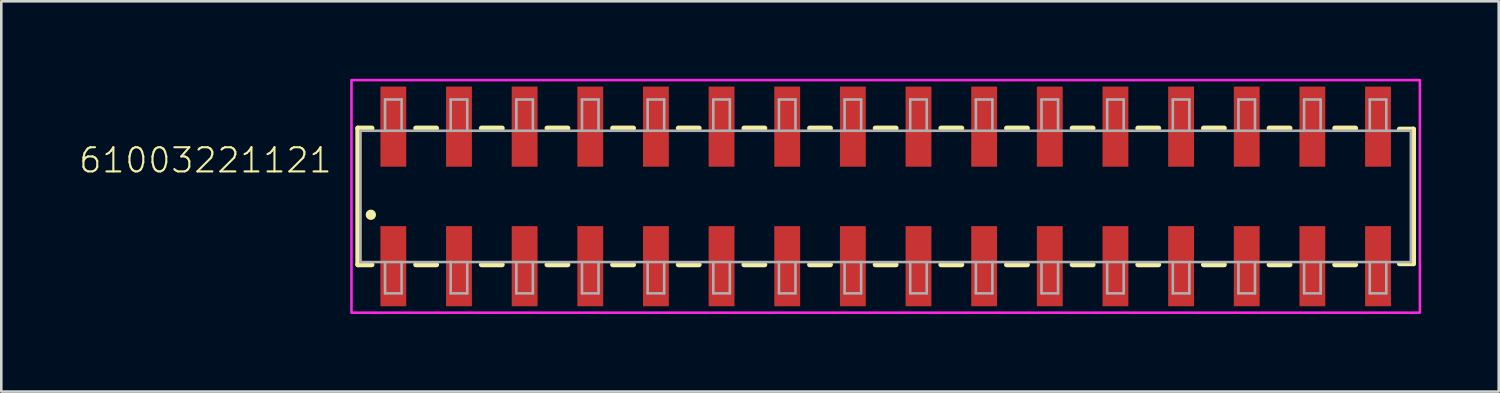
<source format=kicad_pcb>
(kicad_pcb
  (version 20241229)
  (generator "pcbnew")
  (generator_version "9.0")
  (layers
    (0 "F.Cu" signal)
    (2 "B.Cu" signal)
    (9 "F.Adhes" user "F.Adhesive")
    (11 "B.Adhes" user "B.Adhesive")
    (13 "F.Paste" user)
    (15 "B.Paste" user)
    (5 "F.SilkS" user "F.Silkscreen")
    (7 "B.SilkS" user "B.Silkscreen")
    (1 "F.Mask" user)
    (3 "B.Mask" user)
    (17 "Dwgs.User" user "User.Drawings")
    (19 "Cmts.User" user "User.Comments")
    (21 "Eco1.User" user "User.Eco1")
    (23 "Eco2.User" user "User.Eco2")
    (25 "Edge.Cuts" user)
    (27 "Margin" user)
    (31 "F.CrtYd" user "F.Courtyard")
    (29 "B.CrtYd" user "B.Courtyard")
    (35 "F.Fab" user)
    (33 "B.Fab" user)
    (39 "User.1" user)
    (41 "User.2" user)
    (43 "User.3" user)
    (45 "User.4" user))
  (footprint "61003221121"
    (layer "F.Cu")
    (at 31.219 4.55)
    (property "Reference" "61003221121" (at -21.37 -0.85 0) (unlocked yes) (layer "F.SilkS") (effects (font (size 0.935 0.935) (thickness 0.081)) (justify right bottom)))
    (fp_line (start -20.42 -2.64) (end -20.42 2.64) (stroke (width 0.2) (type solid)) (layer "F.SilkS"))
    (fp_line (start -20.42 2.64) (end -19.88 2.64) (stroke (width 0.2) (type solid)) (layer "F.SilkS"))
    (fp_line (start -19.88 -2.64) (end -20.42 -2.64) (stroke (width 0.2) (type solid)) (layer "F.SilkS"))
    (fp_line (start -18.18 2.64) (end -17.38 2.64) (stroke (width 0.2) (type solid)) (layer "F.SilkS"))
    (fp_line (start -17.38 -2.64) (end -18.18 -2.64) (stroke (width 0.2) (type solid)) (layer "F.SilkS"))
    (fp_line (start -15.64 2.64) (end -14.84 2.64) (stroke (width 0.2) (type solid)) (layer "F.SilkS"))
    (fp_line (start -14.84 -2.64) (end -15.64 -2.64) (stroke (width 0.2) (type solid)) (layer "F.SilkS"))
    (fp_line (start -13.1 2.64) (end -12.3 2.64) (stroke (width 0.2) (type solid)) (layer "F.SilkS"))
    (fp_line (start -12.3 -2.64) (end -13.1 -2.64) (stroke (width 0.2) (type solid)) (layer "F.SilkS"))
    (fp_line (start -10.56 2.64) (end -9.76 2.64) (stroke (width 0.2) (type solid)) (layer "F.SilkS"))
    (fp_line (start -9.76 -2.64) (end -10.56 -2.64) (stroke (width 0.2) (type solid)) (layer "F.SilkS"))
    (fp_line (start -8.02 2.64) (end -7.22 2.64) (stroke (width 0.2) (type solid)) (layer "F.SilkS"))
    (fp_line (start -7.22 -2.64) (end -8.02 -2.64) (stroke (width 0.2) (type solid)) (layer "F.SilkS"))
    (fp_line (start -5.48 2.64) (end -4.68 2.64) (stroke (width 0.2) (type solid)) (layer "F.SilkS"))
    (fp_line (start -4.68 -2.64) (end -5.48 -2.64) (stroke (width 0.2) (type solid)) (layer "F.SilkS"))
    (fp_line (start -2.94 2.64) (end -2.14 2.64) (stroke (width 0.2) (type solid)) (layer "F.SilkS"))
    (fp_line (start -2.14 -2.64) (end -2.94 -2.64) (stroke (width 0.2) (type solid)) (layer "F.SilkS"))
    (fp_line (start -0.4 2.64) (end 0.4 2.64) (stroke (width 0.2) (type solid)) (layer "F.SilkS"))
    (fp_line (start 0.4 -2.64) (end -0.4 -2.64) (stroke (width 0.2) (type solid)) (layer "F.SilkS"))
    (fp_line (start 2.14 2.64) (end 2.94 2.64) (stroke (width 0.2) (type solid)) (layer "F.SilkS"))
    (fp_line (start 2.94 -2.64) (end 2.14 -2.64) (stroke (width 0.2) (type solid)) (layer "F.SilkS"))
    (fp_line (start 4.68 2.64) (end 5.48 2.64) (stroke (width 0.2) (type solid)) (layer "F.SilkS"))
    (fp_line (start 5.48 -2.64) (end 4.68 -2.64) (stroke (width 0.2) (type solid)) (layer "F.SilkS"))
    (fp_line (start 7.22 2.64) (end 8.02 2.64) (stroke (width 0.2) (type solid)) (layer "F.SilkS"))
    (fp_line (start 8.02 -2.64) (end 7.22 -2.64) (stroke (width 0.2) (type solid)) (layer "F.SilkS"))
    (fp_line (start 9.76 2.64) (end 10.56 2.64) (stroke (width 0.2) (type solid)) (layer "F.SilkS"))
    (fp_line (start 10.56 -2.64) (end 9.76 -2.64) (stroke (width 0.2) (type solid)) (layer "F.SilkS"))
    (fp_line (start 12.3 2.64) (end 13.1 2.64) (stroke (width 0.2) (type solid)) (layer "F.SilkS"))
    (fp_line (start 13.1 -2.64) (end 12.3 -2.64) (stroke (width 0.2) (type solid)) (layer "F.SilkS"))
    (fp_line (start 14.84 2.64) (end 15.64 2.64) (stroke (width 0.2) (type solid)) (layer "F.SilkS"))
    (fp_line (start 15.64 -2.64) (end 14.84 -2.64) (stroke (width 0.2) (type solid)) (layer "F.SilkS"))
    (fp_line (start 17.38 2.64) (end 18.18 2.64) (stroke (width 0.2) (type solid)) (layer "F.SilkS"))
    (fp_line (start 18.18 -2.64) (end 17.38 -2.64) (stroke (width 0.2) (type solid)) (layer "F.SilkS"))
    (fp_line (start 19.88 -2.6) (end 20.42 -2.6) (stroke (width 0.2) (type solid)) (layer "F.SilkS"))
    (fp_line (start 20.42 -2.6) (end 20.42 2.6) (stroke (width 0.2) (type solid)) (layer "F.SilkS"))
    (fp_line (start 20.42 2.6) (end 19.88 2.6) (stroke (width 0.2) (type solid)) (layer "F.SilkS"))
    (fp_circle (center -19.92 0.71) (end -19.82 0.71) (stroke (width 0.2) (type solid)) (fill no) (layer "F.SilkS"))
    (fp_poly (pts (xy 20.67 4.5) (xy -20.67 4.5) (xy -20.67 -4.5) (xy 20.67 -4.5)) (stroke (width 0.1) (type default)) (fill no) (layer "F.CrtYd"))
    (fp_line (start -20.32 -2.54) (end -20.32 2.54) (stroke (width 0.1) (type solid)) (layer "F.Fab"))
    (fp_line (start -20.32 2.54) (end 20.32 2.54) (stroke (width 0.1) (type solid)) (layer "F.Fab"))
    (fp_line (start -19.37 -3.75) (end -18.73 -3.75) (stroke (width 0.1) (type solid)) (layer "F.Fab"))
    (fp_line (start -19.37 -2.54) (end -20.32 -2.54) (stroke (width 0.1) (type solid)) (layer "F.Fab"))
    (fp_line (start -19.37 -2.54) (end -19.37 -3.75) (stroke (width 0.1) (type solid)) (layer "F.Fab"))
    (fp_line (start -19.37 3.75) (end -19.37 2.54) (stroke (width 0.1) (type solid)) (layer "F.Fab"))
    (fp_line (start -18.73 -3.75) (end -18.73 -2.54) (stroke (width 0.1) (type solid)) (layer "F.Fab"))
    (fp_line (start -18.73 -2.54) (end -19.37 -2.54) (stroke (width 0.1) (type solid)) (layer "F.Fab"))
    (fp_line (start -18.73 2.54) (end -18.73 3.75) (stroke (width 0.1) (type solid)) (layer "F.Fab"))
    (fp_line (start -18.73 3.75) (end -19.37 3.75) (stroke (width 0.1) (type solid)) (layer "F.Fab"))
    (fp_line (start -16.83 -3.75) (end -16.19 -3.75) (stroke (width 0.1) (type solid)) (layer "F.Fab"))
    (fp_line (start -16.83 -2.54) (end -16.83 -3.75) (stroke (width 0.1) (type solid)) (layer "F.Fab"))
    (fp_line (start -16.83 3.75) (end -16.83 2.54) (stroke (width 0.1) (type solid)) (layer "F.Fab"))
    (fp_line (start -16.19 -3.75) (end -16.19 -2.54) (stroke (width 0.1) (type solid)) (layer "F.Fab"))
    (fp_line (start -16.19 2.54) (end -16.19 3.75) (stroke (width 0.1) (type solid)) (layer "F.Fab"))
    (fp_line (start -16.19 3.75) (end -16.83 3.75) (stroke (width 0.1) (type solid)) (layer "F.Fab"))
    (fp_line (start -14.29 -3.75) (end -13.65 -3.75) (stroke (width 0.1) (type solid)) (layer "F.Fab"))
    (fp_line (start -14.29 -2.54) (end -14.29 -3.75) (stroke (width 0.1) (type solid)) (layer "F.Fab"))
    (fp_line (start -14.29 3.75) (end -14.29 2.54) (stroke (width 0.1) (type solid)) (layer "F.Fab"))
    (fp_line (start -13.65 -3.75) (end -13.65 -2.54) (stroke (width 0.1) (type solid)) (layer "F.Fab"))
    (fp_line (start -13.65 2.54) (end -13.65 3.75) (stroke (width 0.1) (type solid)) (layer "F.Fab"))
    (fp_line (start -13.65 3.75) (end -14.29 3.75) (stroke (width 0.1) (type solid)) (layer "F.Fab"))
    (fp_line (start -11.75 -3.75) (end -11.11 -3.75) (stroke (width 0.1) (type solid)) (layer "F.Fab"))
    (fp_line (start -11.75 -2.54) (end -11.75 -3.75) (stroke (width 0.1) (type solid)) (layer "F.Fab"))
    (fp_line (start -11.75 3.75) (end -11.75 2.54) (stroke (width 0.1) (type solid)) (layer "F.Fab"))
    (fp_line (start -11.11 -3.75) (end -11.11 -2.54) (stroke (width 0.1) (type solid)) (layer "F.Fab"))
    (fp_line (start -11.11 2.54) (end -11.11 3.75) (stroke (width 0.1) (type solid)) (layer "F.Fab"))
    (fp_line (start -11.11 3.75) (end -11.75 3.75) (stroke (width 0.1) (type solid)) (layer "F.Fab"))
    (fp_line (start -9.21 -3.75) (end -8.57 -3.75) (stroke (width 0.1) (type solid)) (layer "F.Fab"))
    (fp_line (start -9.21 -2.54) (end -9.21 -3.75) (stroke (width 0.1) (type solid)) (layer "F.Fab"))
    (fp_line (start -9.21 3.75) (end -9.21 2.54) (stroke (width 0.1) (type solid)) (layer "F.Fab"))
    (fp_line (start -8.57 -3.75) (end -8.57 -2.54) (stroke (width 0.1) (type solid)) (layer "F.Fab"))
    (fp_line (start -8.57 2.54) (end -8.57 3.75) (stroke (width 0.1) (type solid)) (layer "F.Fab"))
    (fp_line (start -8.57 3.75) (end -9.21 3.75) (stroke (width 0.1) (type solid)) (layer "F.Fab"))
    (fp_line (start -6.67 -3.75) (end -6.03 -3.75) (stroke (width 0.1) (type solid)) (layer "F.Fab"))
    (fp_line (start -6.67 -2.54) (end -6.67 -3.75) (stroke (width 0.1) (type solid)) (layer "F.Fab"))
    (fp_line (start -6.67 3.75) (end -6.67 2.54) (stroke (width 0.1) (type solid)) (layer "F.Fab"))
    (fp_line (start -6.03 -3.75) (end -6.03 -2.54) (stroke (width 0.1) (type solid)) (layer "F.Fab"))
    (fp_line (start -6.03 2.54) (end -6.03 3.75) (stroke (width 0.1) (type solid)) (layer "F.Fab"))
    (fp_line (start -6.03 3.75) (end -6.67 3.75) (stroke (width 0.1) (type solid)) (layer "F.Fab"))
    (fp_line (start -4.13 -3.75) (end -3.49 -3.75) (stroke (width 0.1) (type solid)) (layer "F.Fab"))
    (fp_line (start -4.13 -2.54) (end -4.13 -3.75) (stroke (width 0.1) (type solid)) (layer "F.Fab"))
    (fp_line (start -4.13 3.75) (end -4.13 2.54) (stroke (width 0.1) (type solid)) (layer "F.Fab"))
    (fp_line (start -3.49 -3.75) (end -3.49 -2.54) (stroke (width 0.1) (type solid)) (layer "F.Fab"))
    (fp_line (start -3.49 2.54) (end -3.49 3.75) (stroke (width 0.1) (type solid)) (layer "F.Fab"))
    (fp_line (start -3.49 3.75) (end -4.13 3.75) (stroke (width 0.1) (type solid)) (layer "F.Fab"))
    (fp_line (start -1.59 -3.75) (end -0.95 -3.75) (stroke (width 0.1) (type solid)) (layer "F.Fab"))
    (fp_line (start -1.59 -2.54) (end -1.59 -3.75) (stroke (width 0.1) (type solid)) (layer "F.Fab"))
    (fp_line (start -1.59 3.75) (end -1.59 2.54) (stroke (width 0.1) (type solid)) (layer "F.Fab"))
    (fp_line (start -0.95 -3.75) (end -0.95 -2.54) (stroke (width 0.1) (type solid)) (layer "F.Fab"))
    (fp_line (start -0.95 2.54) (end -0.95 3.75) (stroke (width 0.1) (type solid)) (layer "F.Fab"))
    (fp_line (start -0.95 3.75) (end -1.59 3.75) (stroke (width 0.1) (type solid)) (layer "F.Fab"))
    (fp_line (start 0.95 -3.75) (end 1.59 -3.75) (stroke (width 0.1) (type solid)) (layer "F.Fab"))
    (fp_line (start 0.95 -2.54) (end 0.95 -3.75) (stroke (width 0.1) (type solid)) (layer "F.Fab"))
    (fp_line (start 0.95 3.75) (end 0.95 2.54) (stroke (width 0.1) (type solid)) (layer "F.Fab"))
    (fp_line (start 1.59 -3.75) (end 1.59 -2.54) (stroke (width 0.1) (type solid)) (layer "F.Fab"))
    (fp_line (start 1.59 2.54) (end 1.59 3.75) (stroke (width 0.1) (type solid)) (layer "F.Fab"))
    (fp_line (start 1.59 3.75) (end 0.95 3.75) (stroke (width 0.1) (type solid)) (layer "F.Fab"))
    (fp_line (start 3.49 -3.75) (end 4.13 -3.75) (stroke (width 0.1) (type solid)) (layer "F.Fab"))
    (fp_line (start 3.49 -2.54) (end 3.49 -3.75) (stroke (width 0.1) (type solid)) (layer "F.Fab"))
    (fp_line (start 3.49 3.75) (end 3.49 2.54) (stroke (width 0.1) (type solid)) (layer "F.Fab"))
    (fp_line (start 4.13 -3.75) (end 4.13 -2.54) (stroke (width 0.1) (type solid)) (layer "F.Fab"))
    (fp_line (start 4.13 2.54) (end 4.13 3.75) (stroke (width 0.1) (type solid)) (layer "F.Fab"))
    (fp_line (start 4.13 3.75) (end 3.49 3.75) (stroke (width 0.1) (type solid)) (layer "F.Fab"))
    (fp_line (start 6.03 -3.75) (end 6.67 -3.75) (stroke (width 0.1) (type solid)) (layer "F.Fab"))
    (fp_line (start 6.03 -2.54) (end 6.03 -3.75) (stroke (width 0.1) (type solid)) (layer "F.Fab"))
    (fp_line (start 6.03 3.75) (end 6.03 2.54) (stroke (width 0.1) (type solid)) (layer "F.Fab"))
    (fp_line (start 6.67 -3.75) (end 6.67 -2.54) (stroke (width 0.1) (type solid)) (layer "F.Fab"))
    (fp_line (start 6.67 2.54) (end 6.67 3.75) (stroke (width 0.1) (type solid)) (layer "F.Fab"))
    (fp_line (start 6.67 3.75) (end 6.03 3.75) (stroke (width 0.1) (type solid)) (layer "F.Fab"))
    (fp_line (start 8.57 -3.75) (end 9.21 -3.75) (stroke (width 0.1) (type solid)) (layer "F.Fab"))
    (fp_line (start 8.57 -2.54) (end 8.57 -3.75) (stroke (width 0.1) (type solid)) (layer "F.Fab"))
    (fp_line (start 8.57 3.75) (end 8.57 2.54) (stroke (width 0.1) (type solid)) (layer "F.Fab"))
    (fp_line (start 9.21 -3.75) (end 9.21 -2.54) (stroke (width 0.1) (type solid)) (layer "F.Fab"))
    (fp_line (start 9.21 2.54) (end 9.21 3.75) (stroke (width 0.1) (type solid)) (layer "F.Fab"))
    (fp_line (start 9.21 3.75) (end 8.57 3.75) (stroke (width 0.1) (type solid)) (layer "F.Fab"))
    (fp_line (start 11.11 -3.75) (end 11.75 -3.75) (stroke (width 0.1) (type solid)) (layer "F.Fab"))
    (fp_line (start 11.11 -2.54) (end 11.11 -3.75) (stroke (width 0.1) (type solid)) (layer "F.Fab"))
    (fp_line (start 11.11 3.75) (end 11.11 2.54) (stroke (width 0.1) (type solid)) (layer "F.Fab"))
    (fp_line (start 11.75 -3.75) (end 11.75 -2.54) (stroke (width 0.1) (type solid)) (layer "F.Fab"))
    (fp_line (start 11.75 2.54) (end 11.75 3.75) (stroke (width 0.1) (type solid)) (layer "F.Fab"))
    (fp_line (start 11.75 3.75) (end 11.11 3.75) (stroke (width 0.1) (type solid)) (layer "F.Fab"))
    (fp_line (start 13.65 -3.75) (end 14.29 -3.75) (stroke (width 0.1) (type solid)) (layer "F.Fab"))
    (fp_line (start 13.65 -2.54) (end 13.65 -3.75) (stroke (width 0.1) (type solid)) (layer "F.Fab"))
    (fp_line (start 13.65 3.75) (end 13.65 2.54) (stroke (width 0.1) (type solid)) (layer "F.Fab"))
    (fp_line (start 14.29 -3.75) (end 14.29 -2.54) (stroke (width 0.1) (type solid)) (layer "F.Fab"))
    (fp_line (start 14.29 2.54) (end 14.29 3.75) (stroke (width 0.1) (type solid)) (layer "F.Fab"))
    (fp_line (start 14.29 3.75) (end 13.65 3.75) (stroke (width 0.1) (type solid)) (layer "F.Fab"))
    (fp_line (start 16.19 -3.75) (end 16.83 -3.75) (stroke (width 0.1) (type solid)) (layer "F.Fab"))
    (fp_line (start 16.19 -2.54) (end 16.19 -3.75) (stroke (width 0.1) (type solid)) (layer "F.Fab"))
    (fp_line (start 16.19 3.75) (end 16.19 2.54) (stroke (width 0.1) (type solid)) (layer "F.Fab"))
    (fp_line (start 16.83 -3.75) (end 16.83 -2.54) (stroke (width 0.1) (type solid)) (layer "F.Fab"))
    (fp_line (start 16.83 2.54) (end 16.83 3.75) (stroke (width 0.1) (type solid)) (layer "F.Fab"))
    (fp_line (start 16.83 3.75) (end 16.19 3.75) (stroke (width 0.1) (type solid)) (layer "F.Fab"))
    (fp_line (start 18.73 -3.75) (end 19.37 -3.75) (stroke (width 0.1) (type solid)) (layer "F.Fab"))
    (fp_line (start 18.73 -2.54) (end 18.73 -3.75) (stroke (width 0.1) (type solid)) (layer "F.Fab"))
    (fp_line (start 18.73 3.75) (end 18.73 2.54) (stroke (width 0.1) (type solid)) (layer "F.Fab"))
    (fp_line (start 19.37 -3.75) (end 19.37 -2.54) (stroke (width 0.1) (type solid)) (layer "F.Fab"))
    (fp_line (start 19.37 2.54) (end 19.37 3.75) (stroke (width 0.1) (type solid)) (layer "F.Fab"))
    (fp_line (start 19.37 3.75) (end 18.73 3.75) (stroke (width 0.1) (type solid)) (layer "F.Fab"))
    (fp_line (start 20.32 -2.54) (end -18.73 -2.54) (stroke (width 0.1) (type solid)) (layer "F.Fab"))
    (fp_line (start 20.32 2.54) (end 20.32 -2.54) (stroke (width 0.1) (type solid)) (layer "F.Fab"))
    (pad "1" smd rect (at -19.05 2.7 90) (size 3.1 1) (layers "F.Cu" "F.Mask" "F.Paste"))
    (pad "2" smd rect (at -19.05 -2.7 90) (size 3.1 1) (layers "F.Cu" "F.Mask" "F.Paste"))
    (pad "3" smd rect (at -16.51 2.7 90) (size 3.1 1) (layers "F.Cu" "F.Mask" "F.Paste"))
    (pad "4" smd rect (at -16.51 -2.7 90) (size 3.1 1) (layers "F.Cu" "F.Mask" "F.Paste"))
    (pad "5" smd rect (at -13.97 2.7 90) (size 3.1 1) (layers "F.Cu" "F.Mask" "F.Paste"))
    (pad "6" smd rect (at -13.97 -2.7 90) (size 3.1 1) (layers "F.Cu" "F.Mask" "F.Paste"))
    (pad "7" smd rect (at -11.43 2.7 90) (size 3.1 1) (layers "F.Cu" "F.Mask" "F.Paste"))
    (pad "8" smd rect (at -11.43 -2.7 90) (size 3.1 1) (layers "F.Cu" "F.Mask" "F.Paste"))
    (pad "9" smd rect (at -8.89 2.7 90) (size 3.1 1) (layers "F.Cu" "F.Mask" "F.Paste"))
    (pad "10" smd rect (at -8.89 -2.7 90) (size 3.1 1) (layers "F.Cu" "F.Mask" "F.Paste"))
    (pad "11" smd rect (at -6.35 2.7 90) (size 3.1 1) (layers "F.Cu" "F.Mask" "F.Paste"))
    (pad "12" smd rect (at -6.35 -2.7 90) (size 3.1 1) (layers "F.Cu" "F.Mask" "F.Paste"))
    (pad "13" smd rect (at -3.81 2.7 90) (size 3.1 1) (layers "F.Cu" "F.Mask" "F.Paste"))
    (pad "14" smd rect (at -3.81 -2.7 90) (size 3.1 1) (layers "F.Cu" "F.Mask" "F.Paste"))
    (pad "15" smd rect (at -1.27 2.7 90) (size 3.1 1) (layers "F.Cu" "F.Mask" "F.Paste"))
    (pad "16" smd rect (at -1.27 -2.7 90) (size 3.1 1) (layers "F.Cu" "F.Mask" "F.Paste"))
    (pad "17" smd rect (at 1.27 2.7 90) (size 3.1 1) (layers "F.Cu" "F.Mask" "F.Paste"))
    (pad "18" smd rect (at 1.27 -2.7 90) (size 3.1 1) (layers "F.Cu" "F.Mask" "F.Paste"))
    (pad "19" smd rect (at 3.81 2.7 90) (size 3.1 1) (layers "F.Cu" "F.Mask" "F.Paste"))
    (pad "20" smd rect (at 3.81 -2.7 90) (size 3.1 1) (layers "F.Cu" "F.Mask" "F.Paste"))
    (pad "21" smd rect (at 6.35 2.7 90) (size 3.1 1) (layers "F.Cu" "F.Mask" "F.Paste"))
    (pad "22" smd rect (at 6.35 -2.7 90) (size 3.1 1) (layers "F.Cu" "F.Mask" "F.Paste"))
    (pad "23" smd rect (at 8.89 2.7 90) (size 3.1 1) (layers "F.Cu" "F.Mask" "F.Paste"))
    (pad "24" smd rect (at 8.89 -2.7 90) (size 3.1 1) (layers "F.Cu" "F.Mask" "F.Paste"))
    (pad "25" smd rect (at 11.43 2.7 90) (size 3.1 1) (layers "F.Cu" "F.Mask" "F.Paste"))
    (pad "26" smd rect (at 11.43 -2.7 90) (size 3.1 1) (layers "F.Cu" "F.Mask" "F.Paste"))
    (pad "27" smd rect (at 13.97 2.7 90) (size 3.1 1) (layers "F.Cu" "F.Mask" "F.Paste"))
    (pad "28" smd rect (at 13.97 -2.7 90) (size 3.1 1) (layers "F.Cu" "F.Mask" "F.Paste"))
    (pad "29" smd rect (at 16.51 2.7 90) (size 3.1 1) (layers "F.Cu" "F.Mask" "F.Paste"))
    (pad "30" smd rect (at 16.51 -2.7 90) (size 3.1 1) (layers "F.Cu" "F.Mask" "F.Paste"))
    (pad "31" smd rect (at 19.05 2.7 90) (size 3.1 1) (layers "F.Cu" "F.Mask" "F.Paste"))
    (pad "32" smd rect (at 19.05 -2.7 90) (size 3.1 1) (layers "F.Cu" "F.Mask" "F.Paste")))
  (gr_rect
    (start -3 -3)
    (end 54.939 12.1)
    (stroke (width 0.1) (type default))
    (fill no)
    (layer "Edge.Cuts")))
</source>
